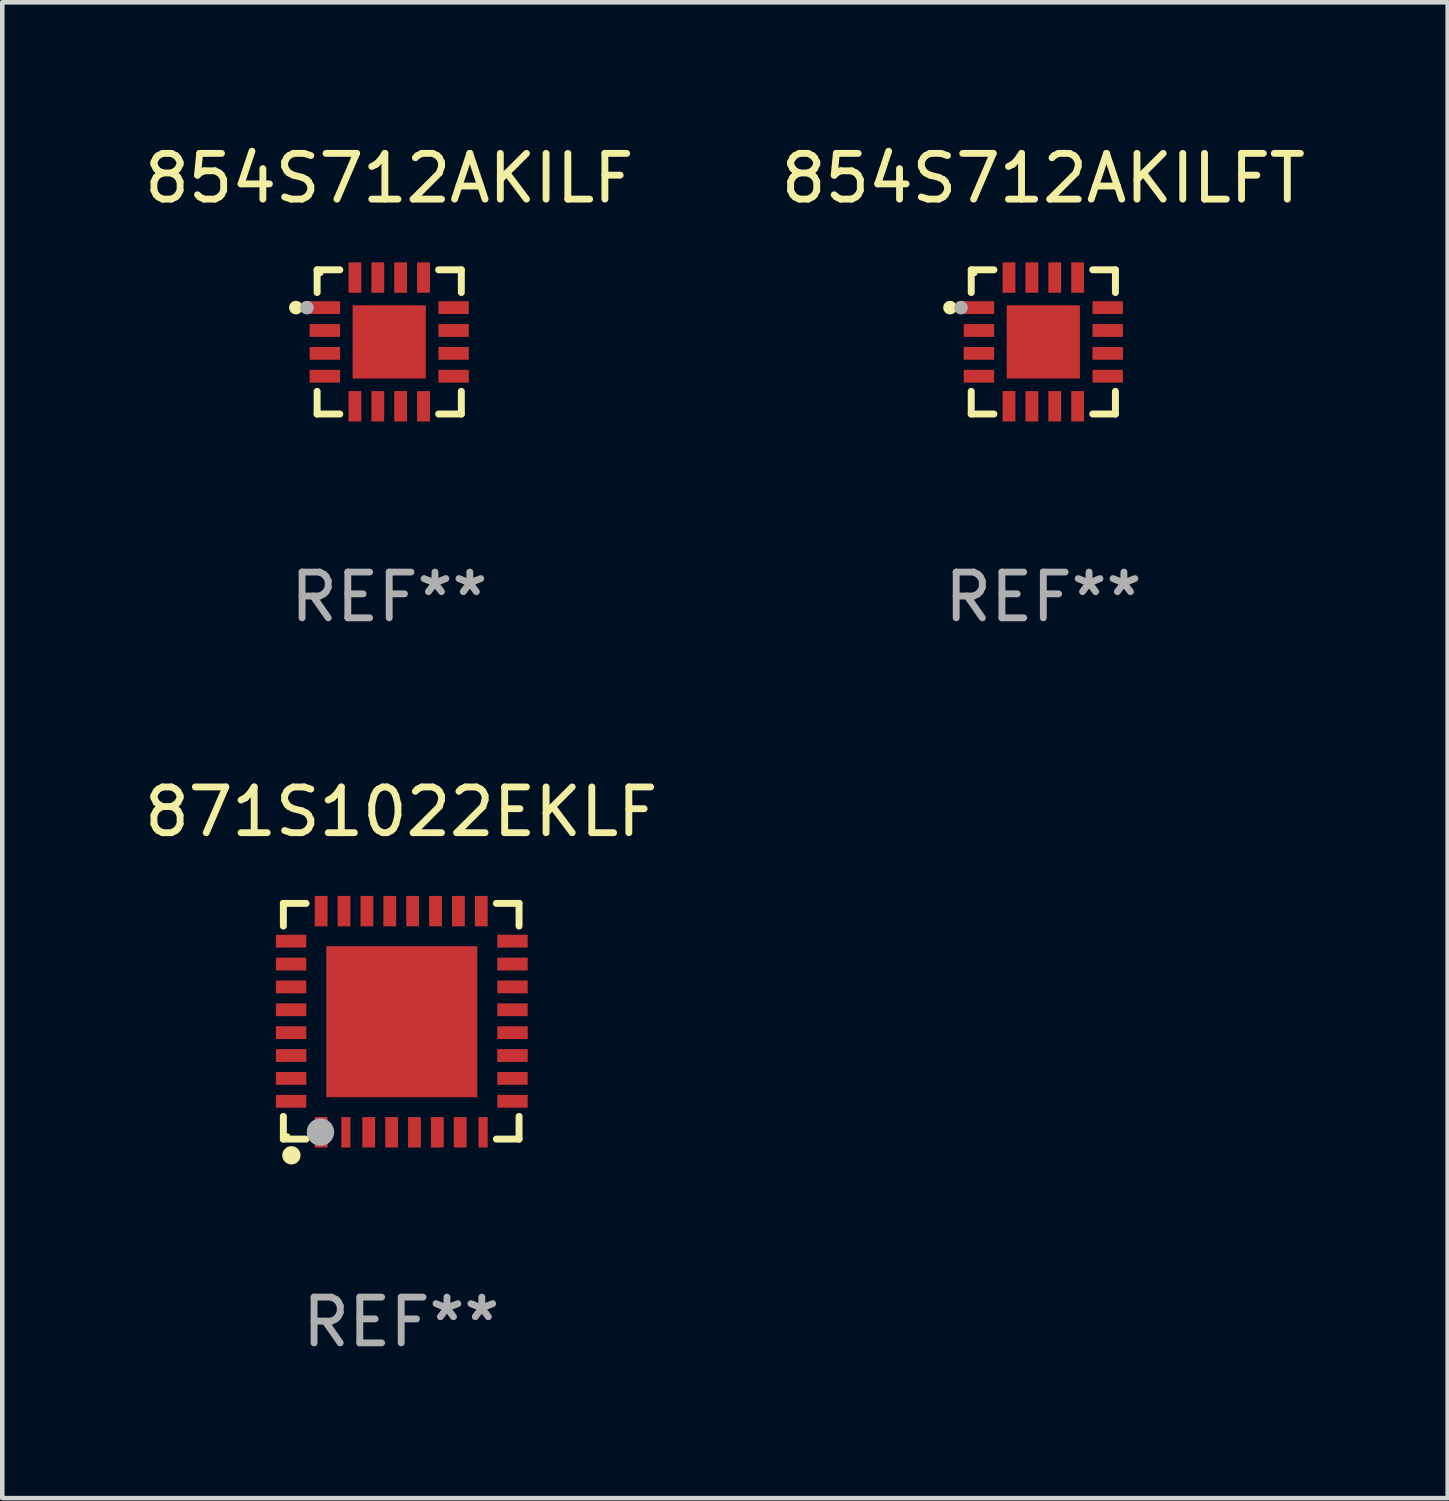
<source format=kicad_pcb>
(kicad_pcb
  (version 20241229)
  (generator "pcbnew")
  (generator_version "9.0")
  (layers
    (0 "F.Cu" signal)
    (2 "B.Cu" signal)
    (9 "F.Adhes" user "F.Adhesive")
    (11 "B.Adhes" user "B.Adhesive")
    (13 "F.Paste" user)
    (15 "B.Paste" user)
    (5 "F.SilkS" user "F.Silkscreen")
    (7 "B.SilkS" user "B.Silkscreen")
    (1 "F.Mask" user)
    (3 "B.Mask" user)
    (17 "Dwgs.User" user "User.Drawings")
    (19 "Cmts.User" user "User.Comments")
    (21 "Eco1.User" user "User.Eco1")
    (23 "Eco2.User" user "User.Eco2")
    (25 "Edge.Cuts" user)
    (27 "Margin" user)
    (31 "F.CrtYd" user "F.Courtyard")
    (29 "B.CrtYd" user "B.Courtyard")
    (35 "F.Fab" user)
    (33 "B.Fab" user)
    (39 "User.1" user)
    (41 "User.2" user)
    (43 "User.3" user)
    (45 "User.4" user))
  (footprint "854S712AKILF"
    (layer "F.Cu")
    (at 5.458 4.424)
    (property "Reference" "854S712AKILF" (at 0 -3.576 0) (layer "F.SilkS") (effects (font (size 1 1) (thickness 0.15))))
    (attr through_hole)
    (fp_line (start -1.576 -1.576) (end -1.576 -1.08) (stroke (width 0.152) (type solid)) (layer "F.SilkS"))
    (fp_line (start -1.576 1.576) (end -1.576 1.08) (stroke (width 0.152) (type solid)) (layer "F.SilkS"))
    (fp_line (start -1.08 -1.576) (end -1.576 -1.576) (stroke (width 0.152) (type solid)) (layer "F.SilkS"))
    (fp_line (start -1.08 1.576) (end -1.576 1.576) (stroke (width 0.152) (type solid)) (layer "F.SilkS"))
    (fp_line (start 1.08 -1.576) (end 1.576 -1.576) (stroke (width 0.152) (type solid)) (layer "F.SilkS"))
    (fp_line (start 1.08 1.576) (end 1.576 1.576) (stroke (width 0.152) (type solid)) (layer "F.SilkS"))
    (fp_line (start 1.576 -1.576) (end 1.576 -1.08) (stroke (width 0.152) (type solid)) (layer "F.SilkS"))
    (fp_line (start 1.576 1.576) (end 1.576 1.08) (stroke (width 0.152) (type solid)) (layer "F.SilkS"))
    (fp_circle (center -2.04 -0.75) (end -1.965 -0.75) (stroke (width 0.15) (type solid)) (fill no) (layer "F.SilkS"))
    (fp_circle (center -1.5 -1.5) (end -1.47 -1.5) (stroke (width 0.06) (type solid)) (fill no) (layer "F.SilkS"))
    (fp_circle (center -1.8 -0.75) (end -1.725 -0.75) (stroke (width 0.15) (type solid)) (fill no) (layer "F.Fab"))
    (fp_text user "REF**" (at 0 5.576 0) (layer "F.Fab") (effects (font (size 1 1) (thickness 0.15))))
    (pad "1" smd rect (at -1.407 -0.75 270) (size 0.28 0.665) (layers "F.Cu" "F.Mask" "F.Paste"))
    (pad "2" smd rect (at -1.407 -0.25 270) (size 0.28 0.665) (layers "F.Cu" "F.Mask" "F.Paste"))
    (pad "3" smd rect (at -1.407 0.25 270) (size 0.28 0.665) (layers "F.Cu" "F.Mask" "F.Paste"))
    (pad "4" smd rect (at -1.407 0.75 270) (size 0.28 0.665) (layers "F.Cu" "F.Mask" "F.Paste"))
    (pad "5" smd rect (at -0.75 1.407 270) (size 0.665 0.28) (layers "F.Cu" "F.Mask" "F.Paste"))
    (pad "6" smd rect (at -0.25 1.407 270) (size 0.665 0.28) (layers "F.Cu" "F.Mask" "F.Paste"))
    (pad "7" smd rect (at 0.25 1.407 270) (size 0.665 0.28) (layers "F.Cu" "F.Mask" "F.Paste"))
    (pad "8" smd rect (at 0.75 1.407 270) (size 0.665 0.28) (layers "F.Cu" "F.Mask" "F.Paste"))
    (pad "9" smd rect (at 1.407 0.75 270) (size 0.28 0.665) (layers "F.Cu" "F.Mask" "F.Paste"))
    (pad "10" smd rect (at 1.407 0.25 270) (size 0.28 0.665) (layers "F.Cu" "F.Mask" "F.Paste"))
    (pad "11" smd rect (at 1.407 -0.25 270) (size 0.28 0.665) (layers "F.Cu" "F.Mask" "F.Paste"))
    (pad "12" smd rect (at 1.407 -0.75 270) (size 0.28 0.665) (layers "F.Cu" "F.Mask" "F.Paste"))
    (pad "13" smd rect (at 0.75 -1.407 270) (size 0.665 0.28) (layers "F.Cu" "F.Mask" "F.Paste"))
    (pad "14" smd rect (at 0.25 -1.407 270) (size 0.665 0.28) (layers "F.Cu" "F.Mask" "F.Paste"))
    (pad "15" smd rect (at -0.25 -1.407 270) (size 0.665 0.28) (layers "F.Cu" "F.Mask" "F.Paste"))
    (pad "16" smd rect (at -0.75 -1.407 270) (size 0.665 0.28) (layers "F.Cu" "F.Mask" "F.Paste"))
    (pad "17" smd rect (at 0 0 270) (size 1.6 1.6) (layers "F.Cu" "F.Mask" "F.Paste")))
  (footprint "871S1022EKLF"
    (layer "F.Cu")
    (at 5.72 19.273)
    (property "Reference" "871S1022EKLF" (at 0 -4.576 0) (layer "F.SilkS") (effects (font (size 1 1) (thickness 0.15))))
    (attr through_hole)
    (fp_line (start -2.576 -2.576) (end -2.576 -2.08) (stroke (width 0.152) (type solid)) (layer "F.SilkS"))
    (fp_line (start -2.576 2.576) (end -2.576 2.08) (stroke (width 0.152) (type solid)) (layer "F.SilkS"))
    (fp_line (start -2.08 -2.576) (end -2.576 -2.576) (stroke (width 0.152) (type solid)) (layer "F.SilkS"))
    (fp_line (start -2.08 2.576) (end -2.576 2.576) (stroke (width 0.152) (type solid)) (layer "F.SilkS"))
    (fp_line (start 2.08 -2.576) (end 2.576 -2.576) (stroke (width 0.152) (type solid)) (layer "F.SilkS"))
    (fp_line (start 2.08 2.576) (end 2.576 2.576) (stroke (width 0.152) (type solid)) (layer "F.SilkS"))
    (fp_line (start 2.576 -2.576) (end 2.576 -2.08) (stroke (width 0.152) (type solid)) (layer "F.SilkS"))
    (fp_line (start 2.576 2.576) (end 2.576 2.08) (stroke (width 0.152) (type solid)) (layer "F.SilkS"))
    (fp_circle (center -2.487 2.51) (end -2.457 2.51) (stroke (width 0.06) (type solid)) (fill no) (layer "F.SilkS"))
    (fp_circle (center -2.4 2.931) (end -2.3 2.931) (stroke (width 0.2) (type solid)) (fill no) (layer "F.SilkS"))
    (fp_circle (center -1.765 2.423) (end -1.615 2.423) (stroke (width 0.3) (type solid)) (fill no) (layer "F.Fab"))
    (fp_text user "REF**" (at 0 6.576 0) (layer "F.Fab") (effects (font (size 1 1) (thickness 0.15))))
    (pad "1" smd rect (at -1.75 2.428) (size 0.28 0.665) (layers "F.Cu" "F.Mask" "F.Paste"))
    (pad "2" smd rect (at -1.21 2.428) (size 0.2 0.665) (layers "F.Cu" "F.Mask" "F.Paste"))
    (pad "3" smd rect (at -0.71 2.428) (size 0.28 0.665) (layers "F.Cu" "F.Mask" "F.Paste"))
    (pad "4" smd rect (at -0.21 2.428) (size 0.28 0.665) (layers "F.Cu" "F.Mask" "F.Paste"))
    (pad "5" smd rect (at 0.29 2.428) (size 0.28 0.665) (layers "F.Cu" "F.Mask" "F.Paste"))
    (pad "6" smd rect (at 0.79 2.428) (size 0.28 0.665) (layers "F.Cu" "F.Mask" "F.Paste"))
    (pad "7" smd rect (at 1.29 2.428) (size 0.28 0.665) (layers "F.Cu" "F.Mask" "F.Paste"))
    (pad "8" smd rect (at 1.79 2.428) (size 0.2 0.665) (layers "F.Cu" "F.Mask" "F.Paste"))
    (pad "9" smd rect (at 2.433 1.75) (size 0.665 0.28) (layers "F.Cu" "F.Mask" "F.Paste"))
    (pad "10" smd rect (at 2.433 1.25) (size 0.665 0.28) (layers "F.Cu" "F.Mask" "F.Paste"))
    (pad "11" smd rect (at 2.433 0.75) (size 0.665 0.28) (layers "F.Cu" "F.Mask" "F.Paste"))
    (pad "12" smd rect (at 2.433 0.25) (size 0.665 0.28) (layers "F.Cu" "F.Mask" "F.Paste"))
    (pad "13" smd rect (at 2.433 -0.25) (size 0.665 0.28) (layers "F.Cu" "F.Mask" "F.Paste"))
    (pad "14" smd rect (at 2.433 -0.75) (size 0.665 0.28) (layers "F.Cu" "F.Mask" "F.Paste"))
    (pad "15" smd rect (at 2.433 -1.25) (size 0.665 0.28) (layers "F.Cu" "F.Mask" "F.Paste"))
    (pad "16" smd rect (at 2.433 -1.75) (size 0.665 0.28) (layers "F.Cu" "F.Mask" "F.Paste"))
    (pad "17" smd rect (at 1.75 -2.407) (size 0.28 0.665) (layers "F.Cu" "F.Mask" "F.Paste"))
    (pad "18" smd rect (at 1.25 -2.407) (size 0.28 0.665) (layers "F.Cu" "F.Mask" "F.Paste"))
    (pad "19" smd rect (at 0.75 -2.407) (size 0.28 0.665) (layers "F.Cu" "F.Mask" "F.Paste"))
    (pad "20" smd rect (at 0.25 -2.407) (size 0.28 0.665) (layers "F.Cu" "F.Mask" "F.Paste"))
    (pad "21" smd rect (at -0.25 -2.407) (size 0.28 0.665) (layers "F.Cu" "F.Mask" "F.Paste"))
    (pad "22" smd rect (at -0.75 -2.407) (size 0.28 0.665) (layers "F.Cu" "F.Mask" "F.Paste"))
    (pad "23" smd rect (at -1.25 -2.407) (size 0.28 0.665) (layers "F.Cu" "F.Mask" "F.Paste"))
    (pad "24" smd rect (at -1.75 -2.407) (size 0.28 0.665) (layers "F.Cu" "F.Mask" "F.Paste"))
    (pad "25" smd rect (at -2.407 -1.75) (size 0.665 0.28) (layers "F.Cu" "F.Mask" "F.Paste"))
    (pad "26" smd rect (at -2.407 -1.25) (size 0.665 0.28) (layers "F.Cu" "F.Mask" "F.Paste"))
    (pad "27" smd rect (at -2.407 -0.75) (size 0.665 0.28) (layers "F.Cu" "F.Mask" "F.Paste"))
    (pad "28" smd rect (at -2.407 -0.25) (size 0.665 0.28) (layers "F.Cu" "F.Mask" "F.Paste"))
    (pad "29" smd rect (at -2.407 0.25) (size 0.665 0.28) (layers "F.Cu" "F.Mask" "F.Paste"))
    (pad "30" smd rect (at -2.407 0.75) (size 0.665 0.28) (layers "F.Cu" "F.Mask" "F.Paste"))
    (pad "31" smd rect (at -2.407 1.25) (size 0.665 0.28) (layers "F.Cu" "F.Mask" "F.Paste"))
    (pad "32" smd rect (at -2.407 1.75) (size 0.665 0.28) (layers "F.Cu" "F.Mask" "F.Paste"))
    (pad "33" smd rect (at 0.013 0.01) (size 3.3 3.3) (layers "F.Cu" "F.Mask" "F.Paste")))
  (footprint "854S712AKILFT"
    (layer "F.Cu")
    (at 19.756 4.424)
    (property "Reference" "854S712AKILFT" (at 0 -3.576 0) (layer "F.SilkS") (effects (font (size 1 1) (thickness 0.15))))
    (attr through_hole)
    (fp_line (start -1.576 -1.576) (end -1.576 -1.08) (stroke (width 0.152) (type solid)) (layer "F.SilkS"))
    (fp_line (start -1.576 1.576) (end -1.576 1.08) (stroke (width 0.152) (type solid)) (layer "F.SilkS"))
    (fp_line (start -1.08 -1.576) (end -1.576 -1.576) (stroke (width 0.152) (type solid)) (layer "F.SilkS"))
    (fp_line (start -1.08 1.576) (end -1.576 1.576) (stroke (width 0.152) (type solid)) (layer "F.SilkS"))
    (fp_line (start 1.08 -1.576) (end 1.576 -1.576) (stroke (width 0.152) (type solid)) (layer "F.SilkS"))
    (fp_line (start 1.08 1.576) (end 1.576 1.576) (stroke (width 0.152) (type solid)) (layer "F.SilkS"))
    (fp_line (start 1.576 -1.576) (end 1.576 -1.08) (stroke (width 0.152) (type solid)) (layer "F.SilkS"))
    (fp_line (start 1.576 1.576) (end 1.576 1.08) (stroke (width 0.152) (type solid)) (layer "F.SilkS"))
    (fp_circle (center -2.04 -0.75) (end -1.965 -0.75) (stroke (width 0.15) (type solid)) (fill no) (layer "F.SilkS"))
    (fp_circle (center -1.5 -1.5) (end -1.47 -1.5) (stroke (width 0.06) (type solid)) (fill no) (layer "F.SilkS"))
    (fp_circle (center -1.8 -0.75) (end -1.725 -0.75) (stroke (width 0.15) (type solid)) (fill no) (layer "F.Fab"))
    (fp_text user "REF**" (at 0 5.576 0) (layer "F.Fab") (effects (font (size 1 1) (thickness 0.15))))
    (pad "1" smd rect (at -1.407 -0.75 270) (size 0.28 0.665) (layers "F.Cu" "F.Mask" "F.Paste"))
    (pad "2" smd rect (at -1.407 -0.25 270) (size 0.28 0.665) (layers "F.Cu" "F.Mask" "F.Paste"))
    (pad "3" smd rect (at -1.407 0.25 270) (size 0.28 0.665) (layers "F.Cu" "F.Mask" "F.Paste"))
    (pad "4" smd rect (at -1.407 0.75 270) (size 0.28 0.665) (layers "F.Cu" "F.Mask" "F.Paste"))
    (pad "5" smd rect (at -0.75 1.407 270) (size 0.665 0.28) (layers "F.Cu" "F.Mask" "F.Paste"))
    (pad "6" smd rect (at -0.25 1.407 270) (size 0.665 0.28) (layers "F.Cu" "F.Mask" "F.Paste"))
    (pad "7" smd rect (at 0.25 1.407 270) (size 0.665 0.28) (layers "F.Cu" "F.Mask" "F.Paste"))
    (pad "8" smd rect (at 0.75 1.407 270) (size 0.665 0.28) (layers "F.Cu" "F.Mask" "F.Paste"))
    (pad "9" smd rect (at 1.407 0.75 270) (size 0.28 0.665) (layers "F.Cu" "F.Mask" "F.Paste"))
    (pad "10" smd rect (at 1.407 0.25 270) (size 0.28 0.665) (layers "F.Cu" "F.Mask" "F.Paste"))
    (pad "11" smd rect (at 1.407 -0.25 270) (size 0.28 0.665) (layers "F.Cu" "F.Mask" "F.Paste"))
    (pad "12" smd rect (at 1.407 -0.75 270) (size 0.28 0.665) (layers "F.Cu" "F.Mask" "F.Paste"))
    (pad "13" smd rect (at 0.75 -1.407 270) (size 0.665 0.28) (layers "F.Cu" "F.Mask" "F.Paste"))
    (pad "14" smd rect (at 0.25 -1.407 270) (size 0.665 0.28) (layers "F.Cu" "F.Mask" "F.Paste"))
    (pad "15" smd rect (at -0.25 -1.407 270) (size 0.665 0.28) (layers "F.Cu" "F.Mask" "F.Paste"))
    (pad "16" smd rect (at -0.75 -1.407 270) (size 0.665 0.28) (layers "F.Cu" "F.Mask" "F.Paste"))
    (pad "17" smd rect (at 0 0 270) (size 1.6 1.6) (layers "F.Cu" "F.Mask" "F.Paste")))
  (gr_rect
    (start -3 -3)
    (end 28.595 29.698)
    (stroke (width 0.1) (type default))
    (fill no)
    (layer "Edge.Cuts")))
</source>
